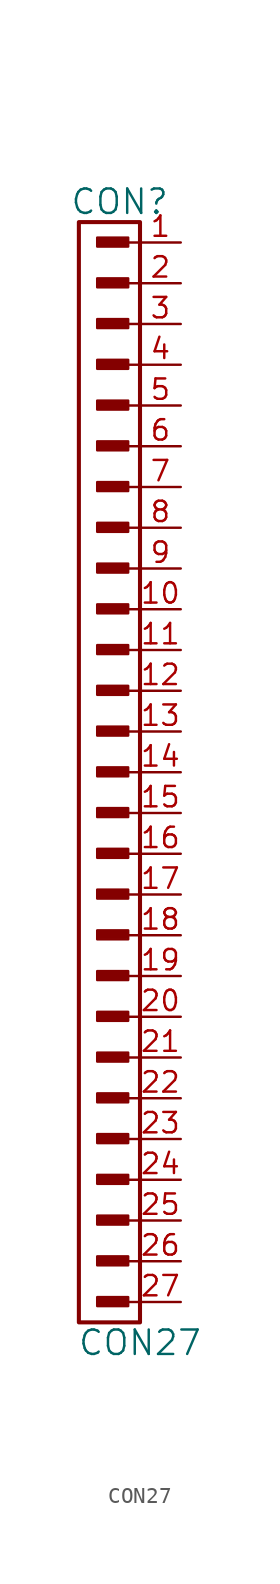
<source format=kicad_sym>
(kicad_symbol_lib
  (version 20220914)
  (generator kicad_symbol_editor)
  (symbol "CON27"
    (pin_names
      (offset 1.016))
    (property "Reference" "CON"
      (at -1.27 35.56 0)
      (effects (font (size 1.524 1.524))))
    (property "Value" "CON27"
      (at 0 -35.56 0)
      (effects (font (size 1.524 1.524))))
    (property "Footprint" ""
      (at -1.905 31.75 0)
      (effects (font (size 1.524 1.524))))
    (property "Datasheet" ""
      (at -1.905 31.75 0)
      (effects (font (size 1.524 1.524))))
    (symbol "CON27_0_0"
      (rectangle (start -2.642 -33.172) (end -0.864 -32.817) (stroke (width 0) (type solid)) (fill (type none)))
      (rectangle (start -2.642 -30.632) (end -0.864 -30.277) (stroke (width 0) (type solid)) (fill (type none)))
      (rectangle (start -2.642 -25.552) (end -0.864 -25.197) (stroke (width 0) (type solid)) (fill (type none)))
      (rectangle (start -2.642 -23.012) (end -0.864 -22.657) (stroke (width 0) (type solid)) (fill (type none)))
      (rectangle (start -2.642 -20.472) (end -0.864 -20.117) (stroke (width 0) (type solid)) (fill (type none)))
      (rectangle (start -2.642 -17.932) (end -0.864 -17.577) (stroke (width 0) (type solid)) (fill (type none)))
      (rectangle (start -2.642 -15.392) (end -0.864 -15.037) (stroke (width 0) (type solid)) (fill (type none)))
      (rectangle (start -2.642 -12.852) (end -0.864 -12.497) (stroke (width 0) (type solid)) (fill (type none)))
      (rectangle (start -2.642 -10.312) (end -0.864 -9.957) (stroke (width 0) (type solid)) (fill (type none)))
      (rectangle (start -2.642 -5.232) (end -0.864 -4.877) (stroke (width 0) (type solid)) (fill (type none)))
      (rectangle (start -2.642 -2.692) (end -0.864 -2.337) (stroke (width 0) (type solid)) (fill (type none)))
      (rectangle (start -2.642 -0.152) (end -0.864 0.203) (stroke (width 0) (type solid)) (fill (type none)))
      (rectangle (start -2.642 2.388) (end -0.864 2.743) (stroke (width 0) (type solid)) (fill (type none)))
      (rectangle (start -2.642 4.928) (end -0.864 5.283) (stroke (width 0) (type solid)) (fill (type none)))
      (rectangle (start -2.642 7.468) (end -0.864 7.823) (stroke (width 0) (type solid)) (fill (type none)))
      (rectangle (start -2.642 10.008) (end -0.864 10.363) (stroke (width 0) (type solid)) (fill (type none)))
      (rectangle (start -2.642 15.088) (end -0.864 15.443) (stroke (width 0) (type solid)) (fill (type none)))
      (rectangle (start -2.642 17.628) (end -0.864 17.983) (stroke (width 0) (type solid)) (fill (type none)))
      (rectangle (start -2.642 20.168) (end -0.864 20.523) (stroke (width 0) (type solid)) (fill (type none)))
      (rectangle (start -2.642 22.708) (end -0.864 23.063) (stroke (width 0) (type solid)) (fill (type none)))
      (rectangle (start -2.642 25.248) (end -0.864 25.603) (stroke (width 0) (type solid)) (fill (type none)))
      (rectangle (start -2.642 27.788) (end -0.864 28.143) (stroke (width 0) (type solid)) (fill (type none)))
      (rectangle (start -2.642 30.328) (end -0.864 30.683) (stroke (width 0) (type solid)) (fill (type none)))
      (rectangle (start -2.616 -33.071) (end -0.965 -32.969) (stroke (width 0) (type solid)) (fill (type none)))
      (rectangle (start -2.616 -30.531) (end -0.965 -30.429) (stroke (width 0) (type solid)) (fill (type none)))
      (rectangle (start -2.616 -28.092) (end -0.838 -27.737) (stroke (width 0) (type solid)) (fill (type none)))
      (rectangle (start -2.616 -25.451) (end -0.965 -25.349) (stroke (width 0) (type solid)) (fill (type none)))
      (rectangle (start -2.616 -22.911) (end -0.965 -22.809) (stroke (width 0) (type solid)) (fill (type none)))
      (rectangle (start -2.616 -20.371) (end -0.965 -20.269) (stroke (width 0) (type solid)) (fill (type none)))
      (rectangle (start -2.616 -17.831) (end -0.965 -17.729) (stroke (width 0) (type solid)) (fill (type none)))
      (rectangle (start -2.616 -15.291) (end -0.965 -15.189) (stroke (width 0) (type solid)) (fill (type none)))
      (rectangle (start -2.616 -12.751) (end -0.965 -12.649) (stroke (width 0) (type solid)) (fill (type none)))
      (rectangle (start -2.616 -10.211) (end -0.965 -10.109) (stroke (width 0) (type solid)) (fill (type none)))
      (rectangle (start -2.616 -7.772) (end -0.838 -7.417) (stroke (width 0) (type solid)) (fill (type none)))
      (rectangle (start -2.616 -5.131) (end -0.965 -5.029) (stroke (width 0) (type solid)) (fill (type none)))
      (rectangle (start -2.616 -2.591) (end -0.965 -2.489) (stroke (width 0) (type solid)) (fill (type none)))
      (rectangle (start -2.616 -0.051) (end -0.965 0.051) (stroke (width 0) (type solid)) (fill (type none)))
      (rectangle (start -2.616 2.489) (end -0.965 2.591) (stroke (width 0) (type solid)) (fill (type none)))
      (rectangle (start -2.616 5.029) (end -0.965 5.131) (stroke (width 0) (type solid)) (fill (type none)))
      (rectangle (start -2.616 7.569) (end -0.965 7.671) (stroke (width 0) (type solid)) (fill (type none)))
      (rectangle (start -2.616 10.109) (end -0.965 10.211) (stroke (width 0) (type solid)) (fill (type none)))
      (rectangle (start -2.616 12.548) (end -0.838 12.903) (stroke (width 0) (type solid)) (fill (type none)))
      (rectangle (start -2.616 15.189) (end -0.965 15.291) (stroke (width 0) (type solid)) (fill (type none)))
      (rectangle (start -2.616 17.729) (end -0.965 17.831) (stroke (width 0) (type solid)) (fill (type none)))
      (rectangle (start -2.616 20.269) (end -0.965 20.371) (stroke (width 0) (type solid)) (fill (type none)))
      (rectangle (start -2.616 22.809) (end -0.965 22.911) (stroke (width 0) (type solid)) (fill (type none)))
      (rectangle (start -2.616 25.349) (end -0.965 25.451) (stroke (width 0) (type solid)) (fill (type none)))
      (rectangle (start -2.616 27.889) (end -0.965 27.991) (stroke (width 0) (type solid)) (fill (type none)))
      (rectangle (start -2.616 30.429) (end -0.965 30.531) (stroke (width 0) (type solid)) (fill (type none)))
      (rectangle (start -2.616 32.868) (end -0.838 33.223) (stroke (width 0) (type solid)) (fill (type none)))
      (rectangle (start -2.591 -27.965) (end -0.94 -27.864) (stroke (width 0) (type solid)) (fill (type none)))
      (rectangle (start -2.591 -7.645) (end -0.94 -7.544) (stroke (width 0) (type solid)) (fill (type none)))
      (rectangle (start -2.591 12.675) (end -0.94 12.776) (stroke (width 0) (type solid)) (fill (type none)))
      (rectangle (start -2.591 32.995) (end -0.94 33.096) (stroke (width 0) (type solid)) (fill (type none)))
      (rectangle (start -0.965 -32.893) (end -2.642 -33.096) (stroke (width 0) (type solid)) (fill (type none)))
      (rectangle (start -0.965 -30.353) (end -2.642 -30.556) (stroke (width 0) (type solid)) (fill (type none)))
      (rectangle (start -0.965 -25.273) (end -2.642 -25.476) (stroke (width 0) (type solid)) (fill (type none)))
      (rectangle (start -0.965 -22.733) (end -2.642 -22.936) (stroke (width 0) (type solid)) (fill (type none)))
      (rectangle (start -0.965 -20.193) (end -2.642 -20.396) (stroke (width 0) (type solid)) (fill (type none)))
      (rectangle (start -0.965 -17.653) (end -2.642 -17.856) (stroke (width 0) (type solid)) (fill (type none)))
      (rectangle (start -0.965 -15.113) (end -2.642 -15.316) (stroke (width 0) (type solid)) (fill (type none)))
      (rectangle (start -0.965 -12.573) (end -2.642 -12.776) (stroke (width 0) (type solid)) (fill (type none)))
      (rectangle (start -0.965 -10.033) (end -2.642 -10.236) (stroke (width 0) (type solid)) (fill (type none)))
      (rectangle (start -0.965 -4.953) (end -2.642 -5.156) (stroke (width 0) (type solid)) (fill (type none)))
      (rectangle (start -0.965 -2.413) (end -2.642 -2.616) (stroke (width 0) (type solid)) (fill (type none)))
      (rectangle (start -0.965 0.127) (end -2.642 -0.076) (stroke (width 0) (type solid)) (fill (type none)))
      (rectangle (start -0.965 2.667) (end -2.642 2.464) (stroke (width 0) (type solid)) (fill (type none)))
      (rectangle (start -0.965 5.207) (end -2.642 5.004) (stroke (width 0) (type solid)) (fill (type none)))
      (rectangle (start -0.965 7.747) (end -2.642 7.544) (stroke (width 0) (type solid)) (fill (type none)))
      (rectangle (start -0.965 10.287) (end -2.642 10.084) (stroke (width 0) (type solid)) (fill (type none)))
      (rectangle (start -0.965 15.367) (end -2.642 15.164) (stroke (width 0) (type solid)) (fill (type none)))
      (rectangle (start -0.965 17.907) (end -2.642 17.704) (stroke (width 0) (type solid)) (fill (type none)))
      (rectangle (start -0.965 20.447) (end -2.642 20.244) (stroke (width 0) (type solid)) (fill (type none)))
      (rectangle (start -0.965 22.987) (end -2.642 22.784) (stroke (width 0) (type solid)) (fill (type none)))
      (rectangle (start -0.965 25.527) (end -2.642 25.324) (stroke (width 0) (type solid)) (fill (type none)))
      (rectangle (start -0.965 28.067) (end -2.642 27.864) (stroke (width 0) (type solid)) (fill (type none)))
      (rectangle (start -0.965 30.607) (end -2.642 30.404) (stroke (width 0) (type solid)) (fill (type none)))
      (rectangle (start -0.864 -27.838) (end -2.54 -28.042) (stroke (width 0) (type solid)) (fill (type none)))
      (rectangle (start -0.864 -7.518) (end -2.54 -7.722) (stroke (width 0) (type solid)) (fill (type none)))
      (rectangle (start -0.864 12.802) (end -2.54 12.598) (stroke (width 0) (type solid)) (fill (type none)))
      (rectangle (start -0.864 33.122) (end -2.54 32.918) (stroke (width 0) (type solid)) (fill (type none)))
      (rectangle (start -0.737 -32.715) (end -2.667 -33.274) (stroke (width 0) (type solid)) (fill (type none)))
      (rectangle (start -0.737 -30.175) (end -2.667 -30.734) (stroke (width 0) (type solid)) (fill (type none)))
      (rectangle (start -0.737 -27.635) (end -2.667 -28.194) (stroke (width 0) (type solid)) (fill (type none)))
      (rectangle (start -0.737 -25.095) (end -2.667 -25.654) (stroke (width 0) (type solid)) (fill (type none)))
      (rectangle (start -0.737 -22.555) (end -2.667 -23.114) (stroke (width 0) (type solid)) (fill (type none)))
      (rectangle (start -0.737 -20.015) (end -2.667 -20.574) (stroke (width 0) (type solid)) (fill (type none)))
      (rectangle (start -0.737 -17.475) (end -2.667 -18.034) (stroke (width 0) (type solid)) (fill (type none)))
      (rectangle (start -0.737 -14.935) (end -2.667 -15.494) (stroke (width 0) (type solid)) (fill (type none)))
      (rectangle (start -0.737 -12.395) (end -2.667 -12.954) (stroke (width 0) (type solid)) (fill (type none)))
      (rectangle (start -0.737 -9.855) (end -2.667 -10.414) (stroke (width 0) (type solid)) (fill (type none)))
      (rectangle (start -0.737 -7.315) (end -2.667 -7.874) (stroke (width 0) (type solid)) (fill (type none)))
      (rectangle (start -0.737 -4.775) (end -2.667 -5.334) (stroke (width 0) (type solid)) (fill (type none)))
      (rectangle (start -0.737 -2.235) (end -2.667 -2.794) (stroke (width 0) (type solid)) (fill (type none)))
      (rectangle (start -0.737 0.305) (end -2.667 -0.254) (stroke (width 0) (type solid)) (fill (type none)))
      (rectangle (start -0.737 2.845) (end -2.667 2.286) (stroke (width 0) (type solid)) (fill (type none)))
      (rectangle (start -0.737 5.385) (end -2.667 4.826) (stroke (width 0) (type solid)) (fill (type none)))
      (rectangle (start -0.737 7.925) (end -2.667 7.366) (stroke (width 0) (type solid)) (fill (type none)))
      (rectangle (start -0.737 10.465) (end -2.667 9.906) (stroke (width 0) (type solid)) (fill (type none)))
      (rectangle (start -0.737 13.005) (end -2.667 12.446) (stroke (width 0) (type solid)) (fill (type none)))
      (rectangle (start -0.737 15.545) (end -2.667 14.986) (stroke (width 0) (type solid)) (fill (type none)))
      (rectangle (start -0.737 18.085) (end -2.667 17.526) (stroke (width 0) (type solid)) (fill (type none)))
      (rectangle (start -0.737 20.625) (end -2.667 20.066) (stroke (width 0) (type solid)) (fill (type none)))
      (rectangle (start -0.737 23.165) (end -2.667 22.606) (stroke (width 0) (type solid)) (fill (type none)))
      (rectangle (start -0.737 25.705) (end -2.667 25.146) (stroke (width 0) (type solid)) (fill (type none)))
      (rectangle (start -0.737 28.245) (end -2.667 27.686) (stroke (width 0) (type solid)) (fill (type none)))
      (rectangle (start -0.737 30.785) (end -2.667 30.226) (stroke (width 0) (type solid)) (fill (type none)))
      (rectangle (start -0.737 33.325) (end -2.667 32.766) (stroke (width 0) (type solid)) (fill (type none)))
      (polyline (pts (xy 0 -33.02) (xy -0.762 -33.02)) (stroke (width 0) (type solid)) (fill (type none)))
      (polyline (pts (xy 0 -30.48) (xy -0.762 -30.48)) (stroke (width 0) (type solid)) (fill (type none)))
      (polyline (pts (xy 0 -27.94) (xy -0.762 -27.94)) (stroke (width 0) (type solid)) (fill (type none)))
      (polyline (pts (xy 0 -25.4) (xy -0.762 -25.4)) (stroke (width 0) (type solid)) (fill (type none)))
      (polyline (pts (xy 0 -22.86) (xy -0.762 -22.86)) (stroke (width 0) (type solid)) (fill (type none)))
      (polyline (pts (xy 0 -20.32) (xy -0.762 -20.32)) (stroke (width 0) (type solid)) (fill (type none)))
      (polyline (pts (xy 0 -17.78) (xy -0.762 -17.78)) (stroke (width 0) (type solid)) (fill (type none)))
      (polyline (pts (xy 0 -15.24) (xy -0.762 -15.24)) (stroke (width 0) (type solid)) (fill (type none)))
      (polyline (pts (xy 0 -12.7) (xy -0.762 -12.7)) (stroke (width 0) (type solid)) (fill (type none)))
      (polyline (pts (xy 0 -10.16) (xy -0.762 -10.16)) (stroke (width 0) (type solid)) (fill (type none)))
      (polyline (pts (xy 0 -7.62) (xy -0.762 -7.62)) (stroke (width 0) (type solid)) (fill (type none)))
      (polyline (pts (xy 0 -5.08) (xy -0.762 -5.08)) (stroke (width 0) (type solid)) (fill (type none)))
      (polyline (pts (xy 0 -2.54) (xy -0.762 -2.54)) (stroke (width 0) (type solid)) (fill (type none)))
      (polyline (pts (xy 0 0) (xy -0.762 0)) (stroke (width 0) (type solid)) (fill (type none)))
      (polyline (pts (xy 0 2.54) (xy -0.762 2.54)) (stroke (width 0) (type solid)) (fill (type none)))
      (polyline (pts (xy 0 5.08) (xy -0.762 5.08)) (stroke (width 0) (type solid)) (fill (type none)))
      (polyline (pts (xy 0 7.62) (xy -0.762 7.62)) (stroke (width 0) (type solid)) (fill (type none)))
      (polyline (pts (xy 0 10.16) (xy -0.762 10.16)) (stroke (width 0) (type solid)) (fill (type none)))
      (polyline (pts (xy 0 12.7) (xy -0.762 12.7)) (stroke (width 0) (type solid)) (fill (type none)))
      (polyline (pts (xy 0 15.24) (xy -0.762 15.24)) (stroke (width 0) (type solid)) (fill (type none)))
      (polyline (pts (xy 0 17.78) (xy -0.762 17.78)) (stroke (width 0) (type solid)) (fill (type none)))
      (polyline (pts (xy 0 20.32) (xy -0.762 20.32)) (stroke (width 0) (type solid)) (fill (type none)))
      (polyline (pts (xy 0 22.86) (xy -0.762 22.86)) (stroke (width 0) (type solid)) (fill (type none)))
      (polyline (pts (xy 0 25.4) (xy -0.762 25.4)) (stroke (width 0) (type solid)) (fill (type none)))
      (polyline (pts (xy 0 27.94) (xy -0.762 27.94)) (stroke (width 0) (type solid)) (fill (type none)))
      (polyline (pts (xy 0 30.48) (xy -0.762 30.48)) (stroke (width 0) (type solid)) (fill (type none)))
      (polyline (pts (xy 0 33.02) (xy -0.762 33.02)) (stroke (width 0) (type solid)) (fill (type none))))
    (symbol "CON27_0_1"
      (rectangle (start -3.81 34.29) (end 0 -34.29) (stroke (width 0.254) (type solid)) (fill (type none))))
    (symbol "CON27_1_1"
      (pin passive line (at 2.54 33.02 180) (length 2.54) (name "~" (effects (font (size 1.27 1.27)))) (number "1" (effects (font (size 1.27 1.27)))))
      (pin passive line (at 2.54 10.16 180) (length 2.54) (name "~" (effects (font (size 1.27 1.27)))) (number "10" (effects (font (size 1.27 1.27)))))
      (pin passive line (at 2.54 7.62 180) (length 2.54) (name "~" (effects (font (size 1.27 1.27)))) (number "11" (effects (font (size 1.27 1.27)))))
      (pin passive line (at 2.54 5.08 180) (length 2.54) (name "~" (effects (font (size 1.27 1.27)))) (number "12" (effects (font (size 1.27 1.27)))))
      (pin passive line (at 2.54 2.54 180) (length 2.54) (name "~" (effects (font (size 1.27 1.27)))) (number "13" (effects (font (size 1.27 1.27)))))
      (pin passive line (at 2.54 0 180) (length 2.54) (name "~" (effects (font (size 1.27 1.27)))) (number "14" (effects (font (size 1.27 1.27)))))
      (pin passive line (at 2.54 -2.54 180) (length 2.54) (name "~" (effects (font (size 1.27 1.27)))) (number "15" (effects (font (size 1.27 1.27)))))
      (pin passive line (at 2.54 -5.08 180) (length 2.54) (name "~" (effects (font (size 1.27 1.27)))) (number "16" (effects (font (size 1.27 1.27)))))
      (pin passive line (at 2.54 -7.62 180) (length 2.54) (name "~" (effects (font (size 1.27 1.27)))) (number "17" (effects (font (size 1.27 1.27)))))
      (pin passive line (at 2.54 -10.16 180) (length 2.54) (name "~" (effects (font (size 1.27 1.27)))) (number "18" (effects (font (size 1.27 1.27)))))
      (pin passive line (at 2.54 -12.7 180) (length 2.54) (name "~" (effects (font (size 1.27 1.27)))) (number "19" (effects (font (size 1.27 1.27)))))
      (pin passive line (at 2.54 30.48 180) (length 2.54) (name "~" (effects (font (size 1.27 1.27)))) (number "2" (effects (font (size 1.27 1.27)))))
      (pin passive line (at 2.54 -15.24 180) (length 2.54) (name "~" (effects (font (size 1.27 1.27)))) (number "20" (effects (font (size 1.27 1.27)))))
      (pin passive line (at 2.54 -17.78 180) (length 2.54) (name "~" (effects (font (size 1.27 1.27)))) (number "21" (effects (font (size 1.27 1.27)))))
      (pin passive line (at 2.54 -20.32 180) (length 2.54) (name "~" (effects (font (size 1.27 1.27)))) (number "22" (effects (font (size 1.27 1.27)))))
      (pin passive line (at 2.54 -22.86 180) (length 2.54) (name "~" (effects (font (size 1.27 1.27)))) (number "23" (effects (font (size 1.27 1.27)))))
      (pin passive line (at 2.54 -25.4 180) (length 2.54) (name "~" (effects (font (size 1.27 1.27)))) (number "24" (effects (font (size 1.27 1.27)))))
      (pin passive line (at 2.54 -27.94 180) (length 2.54) (name "~" (effects (font (size 1.27 1.27)))) (number "25" (effects (font (size 1.27 1.27)))))
      (pin passive line (at 2.54 -30.48 180) (length 2.54) (name "~" (effects (font (size 1.27 1.27)))) (number "26" (effects (font (size 1.27 1.27)))))
      (pin passive line (at 2.54 -33.02 180) (length 2.54) (name "~" (effects (font (size 1.27 1.27)))) (number "27" (effects (font (size 1.27 1.27)))))
      (pin passive line (at 2.54 27.94 180) (length 2.54) (name "~" (effects (font (size 1.27 1.27)))) (number "3" (effects (font (size 1.27 1.27)))))
      (pin passive line (at 2.54 25.4 180) (length 2.54) (name "~" (effects (font (size 1.27 1.27)))) (number "4" (effects (font (size 1.27 1.27)))))
      (pin passive line (at 2.54 22.86 180) (length 2.54) (name "~" (effects (font (size 1.27 1.27)))) (number "5" (effects (font (size 1.27 1.27)))))
      (pin passive line (at 2.54 20.32 180) (length 2.54) (name "~" (effects (font (size 1.27 1.27)))) (number "6" (effects (font (size 1.27 1.27)))))
      (pin passive line (at 2.54 17.78 180) (length 2.54) (name "~" (effects (font (size 1.27 1.27)))) (number "7" (effects (font (size 1.27 1.27)))))
      (pin passive line (at 2.54 15.24 180) (length 2.54) (name "~" (effects (font (size 1.27 1.27)))) (number "8" (effects (font (size 1.27 1.27)))))
      (pin passive line (at 2.54 12.7 180) (length 2.54) (name "~" (effects (font (size 1.27 1.27)))) (number "9" (effects (font (size 1.27 1.27))))))))
</source>
